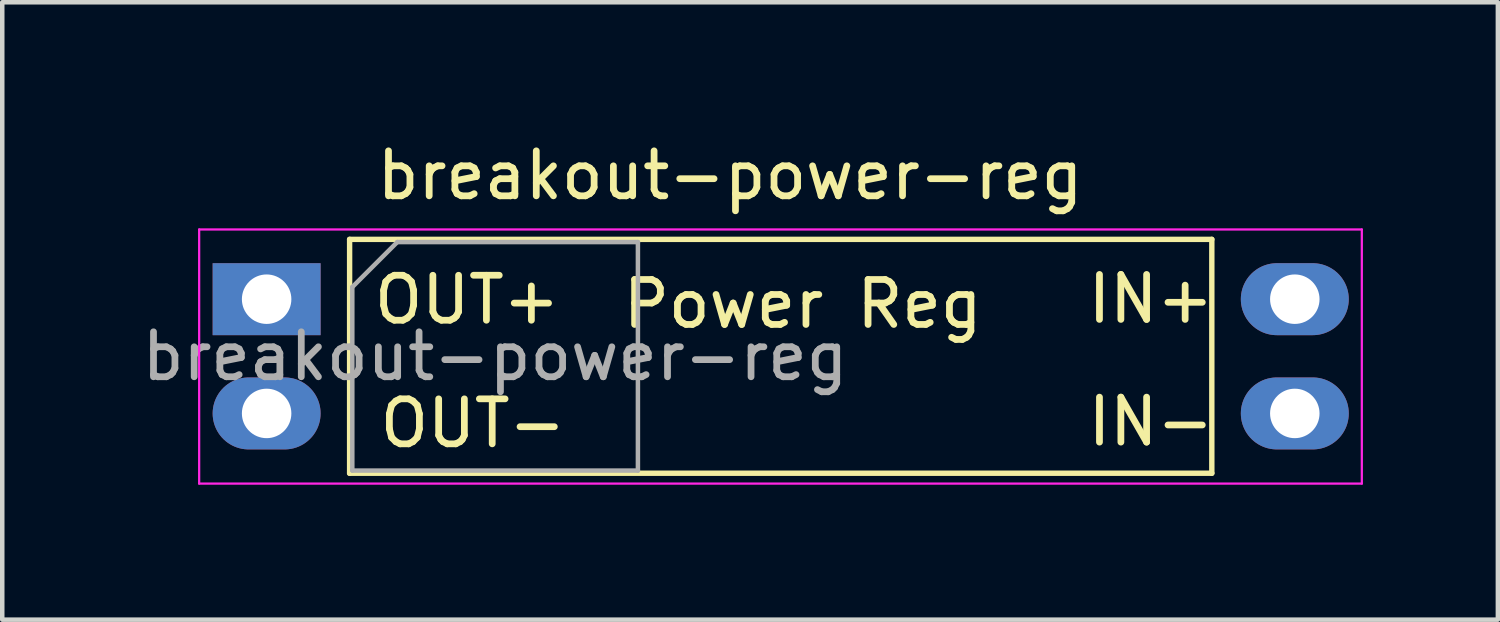
<source format=kicad_pcb>
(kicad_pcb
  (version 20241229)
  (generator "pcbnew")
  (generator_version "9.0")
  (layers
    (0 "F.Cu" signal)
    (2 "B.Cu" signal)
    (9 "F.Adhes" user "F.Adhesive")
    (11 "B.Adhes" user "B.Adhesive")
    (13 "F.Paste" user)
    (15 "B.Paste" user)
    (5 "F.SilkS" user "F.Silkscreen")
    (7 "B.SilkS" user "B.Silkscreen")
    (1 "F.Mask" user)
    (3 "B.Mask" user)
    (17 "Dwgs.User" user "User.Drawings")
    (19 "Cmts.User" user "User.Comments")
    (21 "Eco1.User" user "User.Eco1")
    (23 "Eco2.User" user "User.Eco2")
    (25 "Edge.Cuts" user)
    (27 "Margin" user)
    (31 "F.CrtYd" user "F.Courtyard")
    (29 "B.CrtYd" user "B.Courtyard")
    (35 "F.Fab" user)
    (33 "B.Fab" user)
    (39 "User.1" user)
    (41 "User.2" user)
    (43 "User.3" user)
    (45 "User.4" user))
  (footprint "breakout-power-reg"
    (layer "F.Cu")
    (at 2.878 3.602)
    (property "Reference" "breakout-power-reg" (at 10.305 -2.753 0) (layer "F.SilkS") (effects (font (size 1 1) (thickness 0.15))))
    (attr through_hole)
    (fp_line (start 1.845 -1.33) (end 1.845 3.87) (stroke (width 0.12) (type solid)) (layer "F.SilkS"))
    (fp_line (start 1.845 3.87) (end 21.015 3.87) (stroke (width 0.12) (type solid)) (layer "F.SilkS"))
    (fp_line (start 21.015 -1.33) (end 1.845 -1.33) (stroke (width 0.12) (type solid)) (layer "F.SilkS"))
    (fp_line (start 21.015 3.87) (end 21.015 -1.33) (stroke (width 0.12) (type solid)) (layer "F.SilkS"))
    (fp_line (start -1.5 -1.55) (end -1.5 4.1) (stroke (width 0.05) (type solid)) (layer "F.CrtYd"))
    (fp_line (start -1.5 4.1) (end 24.35 4.1) (stroke (width 0.05) (type solid)) (layer "F.CrtYd"))
    (fp_line (start 24.35 -1.55) (end -1.5 -1.55) (stroke (width 0.05) (type solid)) (layer "F.CrtYd"))
    (fp_line (start 24.35 4.1) (end 24.35 -1.55) (stroke (width 0.05) (type solid)) (layer "F.CrtYd"))
    (fp_line (start 1.905 -0.27) (end 2.905 -1.27) (stroke (width 0.1) (type solid)) (layer "F.Fab"))
    (fp_line (start 1.905 3.81) (end 1.905 -0.27) (stroke (width 0.1) (type solid)) (layer "F.Fab"))
    (fp_line (start 2.905 -1.27) (end 8.255 -1.27) (stroke (width 0.1) (type solid)) (layer "F.Fab"))
    (fp_line (start 8.255 -1.27) (end 8.255 3.81) (stroke (width 0.1) (type solid)) (layer "F.Fab"))
    (fp_line (start 8.255 3.81) (end 1.905 3.81) (stroke (width 0.1) (type solid)) (layer "F.Fab"))
    (fp_text user "Power Reg" (at 11.92 0.107 0) (layer "F.SilkS") (effects (font (size 1 1) (thickness 0.15))))
    (fp_text user "OUT+" (at 4.458 0.013 0) (layer "F.SilkS") (effects (font (size 1 1) (thickness 0.15))))
    (fp_text user "IN+" (at 19.66 -0.005 0) (layer "F.SilkS") (effects (font (size 1 1) (thickness 0.15))))
    (fp_text user "OUT-" (at 4.587 2.761 0) (layer "F.SilkS") (effects (font (size 1 1) (thickness 0.15))))
    (fp_text user "IN-" (at 19.66 2.723 0) (layer "F.SilkS") (effects (font (size 1 1) (thickness 0.15))))
    (fp_text user "${REFERENCE}" (at 5.08 1.27 0) (layer "F.Fab") (effects (font (size 1 1) (thickness 0.15))))
    (pad "1" thru_hole rect (at 0 0) (size 2.4 1.6) (drill 1.1) (layers "*.Cu" "*.Mask"))
    (pad "2" thru_hole oval (at 0 2.54) (size 2.4 1.6) (drill 1.1) (layers "*.Cu" "*.Mask"))
    (pad "3" thru_hole oval (at 22.86 2.54) (size 2.4 1.6) (drill 1.1) (layers "*.Cu" "*.Mask"))
    (pad "4" thru_hole oval (at 22.86 0) (size 2.4 1.6) (drill 1.1) (layers "*.Cu" "*.Mask")))
  (gr_rect
    (start -3 -3)
    (end 30.253 10.727)
    (stroke (width 0.1) (type default))
    (fill no)
    (layer "Edge.Cuts")))
</source>
